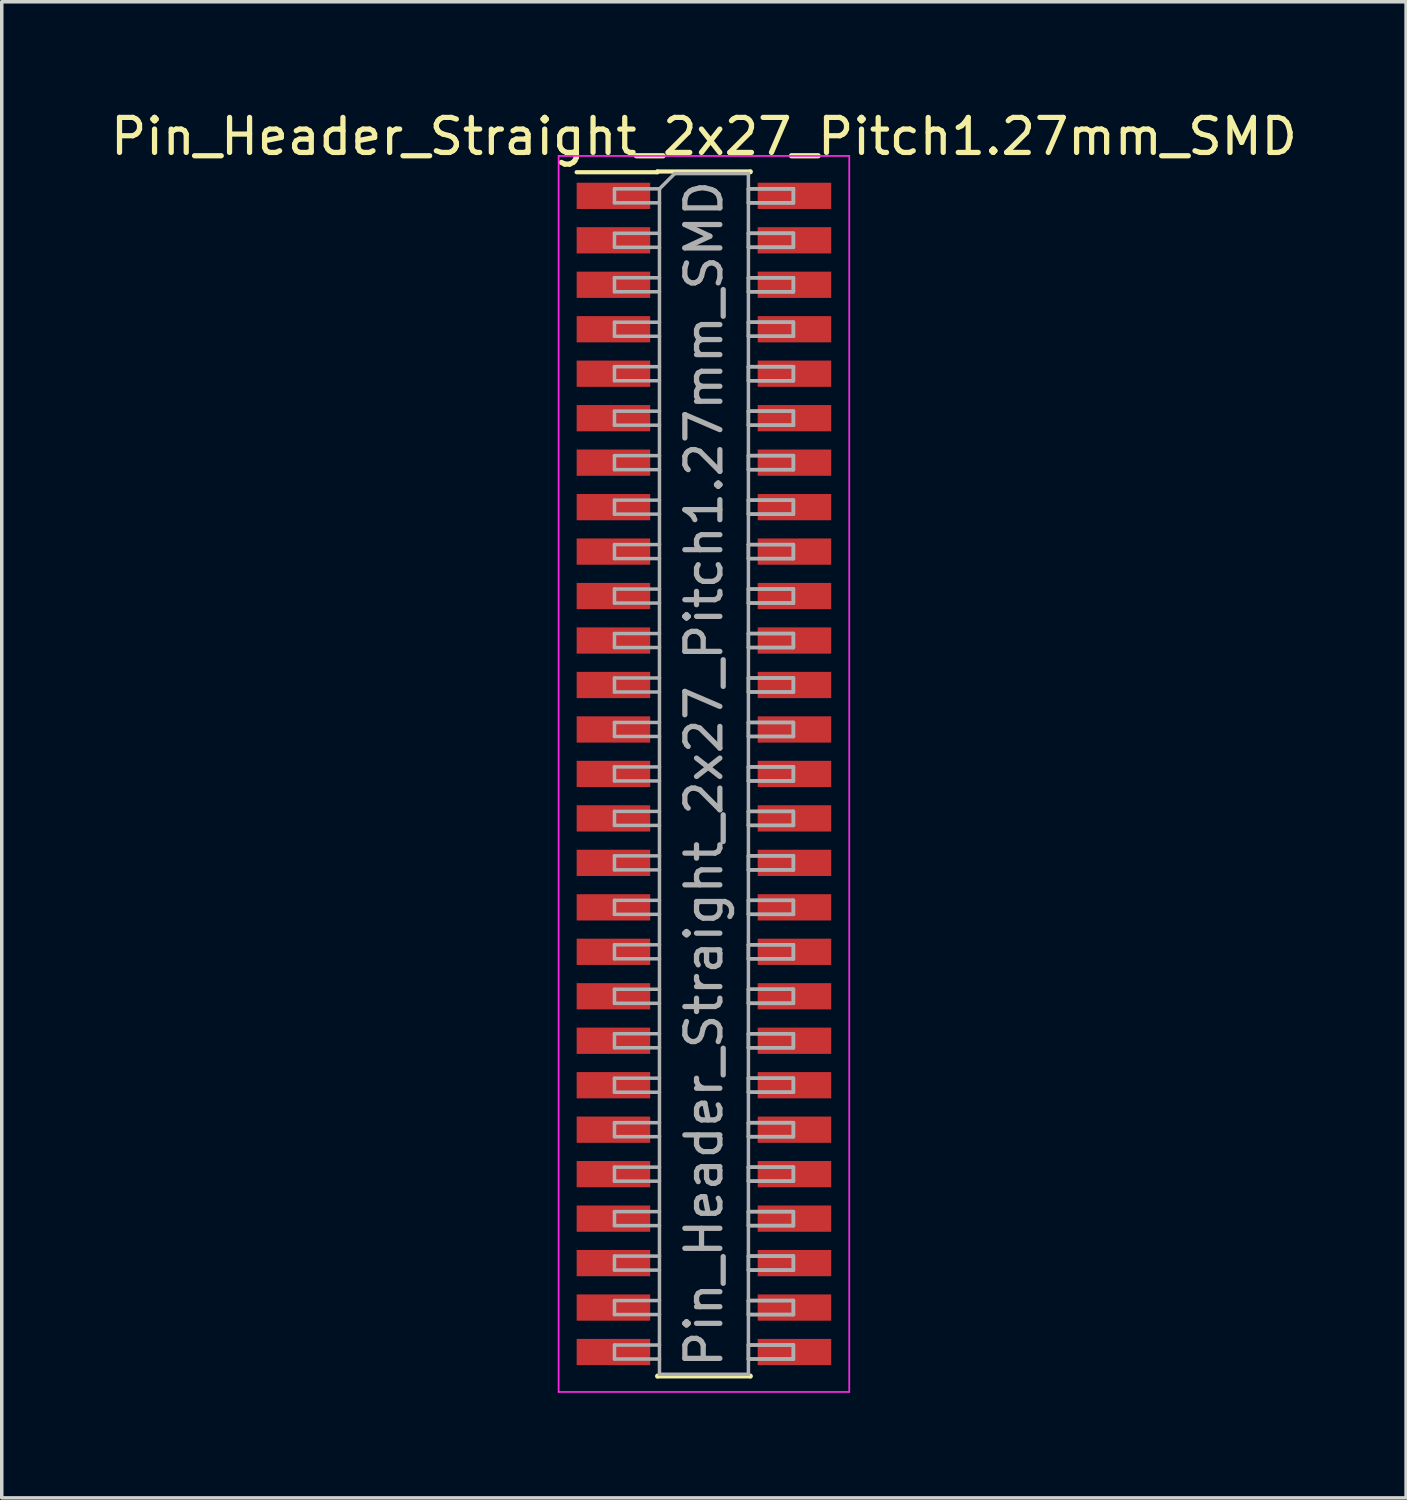
<source format=kicad_pcb>
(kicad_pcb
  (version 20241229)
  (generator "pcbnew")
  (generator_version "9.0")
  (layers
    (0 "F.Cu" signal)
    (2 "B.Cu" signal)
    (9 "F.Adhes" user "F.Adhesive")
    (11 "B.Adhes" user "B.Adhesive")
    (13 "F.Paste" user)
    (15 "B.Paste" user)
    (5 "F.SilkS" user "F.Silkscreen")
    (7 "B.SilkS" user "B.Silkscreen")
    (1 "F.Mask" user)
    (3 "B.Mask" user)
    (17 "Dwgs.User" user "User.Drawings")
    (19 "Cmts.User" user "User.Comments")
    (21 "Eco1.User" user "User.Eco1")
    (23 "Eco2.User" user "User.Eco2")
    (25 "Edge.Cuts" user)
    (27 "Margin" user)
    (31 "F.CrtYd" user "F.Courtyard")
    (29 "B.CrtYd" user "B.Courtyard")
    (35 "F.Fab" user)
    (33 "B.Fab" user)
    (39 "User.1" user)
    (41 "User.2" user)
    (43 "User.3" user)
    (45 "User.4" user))
  (footprint "Pin_Header_Straight_2x27_Pitch1.27mm_SMD"
    (layer "F.Cu")
    (at 17.054 19.053)
    (property "Reference" "Pin_Header_Straight_2x27_Pitch1.27mm_SMD" (at 0 -18.205 0) (layer "F.SilkS") (effects (font (size 1 1) (thickness 0.15))))
    (attr smd)
    (fp_line (start -3.635 -17.185) (end -1.33 -17.185) (stroke (width 0.12) (type solid)) (layer "F.SilkS"))
    (fp_line (start -1.33 -17.205) (end 1.33 -17.205) (stroke (width 0.12) (type solid)) (layer "F.SilkS"))
    (fp_line (start -1.33 -17.185) (end -1.33 -17.205) (stroke (width 0.12) (type solid)) (layer "F.SilkS"))
    (fp_line (start -1.33 17.185) (end -1.33 17.205) (stroke (width 0.12) (type solid)) (layer "F.SilkS"))
    (fp_line (start -1.33 17.205) (end 1.33 17.205) (stroke (width 0.12) (type solid)) (layer "F.SilkS"))
    (fp_line (start 1.33 -17.205) (end 1.33 -17.185) (stroke (width 0.12) (type solid)) (layer "F.SilkS"))
    (fp_line (start 1.33 17.205) (end 1.33 17.185) (stroke (width 0.12) (type solid)) (layer "F.SilkS"))
    (fp_line (start -4.15 -17.65) (end -4.15 17.65) (stroke (width 0.05) (type solid)) (layer "F.CrtYd"))
    (fp_line (start -4.15 17.65) (end 4.15 17.65) (stroke (width 0.05) (type solid)) (layer "F.CrtYd"))
    (fp_line (start 4.15 -17.65) (end -4.15 -17.65) (stroke (width 0.05) (type solid)) (layer "F.CrtYd"))
    (fp_line (start 4.15 17.65) (end 4.15 -17.65) (stroke (width 0.05) (type solid)) (layer "F.CrtYd"))
    (fp_line (start -2.555 -16.71) (end -2.555 -16.31) (stroke (width 0.1) (type solid)) (layer "F.Fab"))
    (fp_line (start -2.555 -16.31) (end -1.27 -16.31) (stroke (width 0.1) (type solid)) (layer "F.Fab"))
    (fp_line (start -2.555 -15.44) (end -2.555 -15.04) (stroke (width 0.1) (type solid)) (layer "F.Fab"))
    (fp_line (start -2.555 -15.04) (end -1.27 -15.04) (stroke (width 0.1) (type solid)) (layer "F.Fab"))
    (fp_line (start -2.555 -14.17) (end -2.555 -13.77) (stroke (width 0.1) (type solid)) (layer "F.Fab"))
    (fp_line (start -2.555 -13.77) (end -1.27 -13.77) (stroke (width 0.1) (type solid)) (layer "F.Fab"))
    (fp_line (start -2.555 -12.9) (end -2.555 -12.5) (stroke (width 0.1) (type solid)) (layer "F.Fab"))
    (fp_line (start -2.555 -12.5) (end -1.27 -12.5) (stroke (width 0.1) (type solid)) (layer "F.Fab"))
    (fp_line (start -2.555 -11.63) (end -2.555 -11.23) (stroke (width 0.1) (type solid)) (layer "F.Fab"))
    (fp_line (start -2.555 -11.23) (end -1.27 -11.23) (stroke (width 0.1) (type solid)) (layer "F.Fab"))
    (fp_line (start -2.555 -10.36) (end -2.555 -9.96) (stroke (width 0.1) (type solid)) (layer "F.Fab"))
    (fp_line (start -2.555 -9.96) (end -1.27 -9.96) (stroke (width 0.1) (type solid)) (layer "F.Fab"))
    (fp_line (start -2.555 -9.09) (end -2.555 -8.69) (stroke (width 0.1) (type solid)) (layer "F.Fab"))
    (fp_line (start -2.555 -8.69) (end -1.27 -8.69) (stroke (width 0.1) (type solid)) (layer "F.Fab"))
    (fp_line (start -2.555 -7.82) (end -2.555 -7.42) (stroke (width 0.1) (type solid)) (layer "F.Fab"))
    (fp_line (start -2.555 -7.42) (end -1.27 -7.42) (stroke (width 0.1) (type solid)) (layer "F.Fab"))
    (fp_line (start -2.555 -6.55) (end -2.555 -6.15) (stroke (width 0.1) (type solid)) (layer "F.Fab"))
    (fp_line (start -2.555 -6.15) (end -1.27 -6.15) (stroke (width 0.1) (type solid)) (layer "F.Fab"))
    (fp_line (start -2.555 -5.28) (end -2.555 -4.88) (stroke (width 0.1) (type solid)) (layer "F.Fab"))
    (fp_line (start -2.555 -4.88) (end -1.27 -4.88) (stroke (width 0.1) (type solid)) (layer "F.Fab"))
    (fp_line (start -2.555 -4.01) (end -2.555 -3.61) (stroke (width 0.1) (type solid)) (layer "F.Fab"))
    (fp_line (start -2.555 -3.61) (end -1.27 -3.61) (stroke (width 0.1) (type solid)) (layer "F.Fab"))
    (fp_line (start -2.555 -2.74) (end -2.555 -2.34) (stroke (width 0.1) (type solid)) (layer "F.Fab"))
    (fp_line (start -2.555 -2.34) (end -1.27 -2.34) (stroke (width 0.1) (type solid)) (layer "F.Fab"))
    (fp_line (start -2.555 -1.47) (end -2.555 -1.07) (stroke (width 0.1) (type solid)) (layer "F.Fab"))
    (fp_line (start -2.555 -1.07) (end -1.27 -1.07) (stroke (width 0.1) (type solid)) (layer "F.Fab"))
    (fp_line (start -2.555 -0.2) (end -2.555 0.2) (stroke (width 0.1) (type solid)) (layer "F.Fab"))
    (fp_line (start -2.555 0.2) (end -1.27 0.2) (stroke (width 0.1) (type solid)) (layer "F.Fab"))
    (fp_line (start -2.555 1.07) (end -2.555 1.47) (stroke (width 0.1) (type solid)) (layer "F.Fab"))
    (fp_line (start -2.555 1.47) (end -1.27 1.47) (stroke (width 0.1) (type solid)) (layer "F.Fab"))
    (fp_line (start -2.555 2.34) (end -2.555 2.74) (stroke (width 0.1) (type solid)) (layer "F.Fab"))
    (fp_line (start -2.555 2.74) (end -1.27 2.74) (stroke (width 0.1) (type solid)) (layer "F.Fab"))
    (fp_line (start -2.555 3.61) (end -2.555 4.01) (stroke (width 0.1) (type solid)) (layer "F.Fab"))
    (fp_line (start -2.555 4.01) (end -1.27 4.01) (stroke (width 0.1) (type solid)) (layer "F.Fab"))
    (fp_line (start -2.555 4.88) (end -2.555 5.28) (stroke (width 0.1) (type solid)) (layer "F.Fab"))
    (fp_line (start -2.555 5.28) (end -1.27 5.28) (stroke (width 0.1) (type solid)) (layer "F.Fab"))
    (fp_line (start -2.555 6.15) (end -2.555 6.55) (stroke (width 0.1) (type solid)) (layer "F.Fab"))
    (fp_line (start -2.555 6.55) (end -1.27 6.55) (stroke (width 0.1) (type solid)) (layer "F.Fab"))
    (fp_line (start -2.555 7.42) (end -2.555 7.82) (stroke (width 0.1) (type solid)) (layer "F.Fab"))
    (fp_line (start -2.555 7.82) (end -1.27 7.82) (stroke (width 0.1) (type solid)) (layer "F.Fab"))
    (fp_line (start -2.555 8.69) (end -2.555 9.09) (stroke (width 0.1) (type solid)) (layer "F.Fab"))
    (fp_line (start -2.555 9.09) (end -1.27 9.09) (stroke (width 0.1) (type solid)) (layer "F.Fab"))
    (fp_line (start -2.555 9.96) (end -2.555 10.36) (stroke (width 0.1) (type solid)) (layer "F.Fab"))
    (fp_line (start -2.555 10.36) (end -1.27 10.36) (stroke (width 0.1) (type solid)) (layer "F.Fab"))
    (fp_line (start -2.555 11.23) (end -2.555 11.63) (stroke (width 0.1) (type solid)) (layer "F.Fab"))
    (fp_line (start -2.555 11.63) (end -1.27 11.63) (stroke (width 0.1) (type solid)) (layer "F.Fab"))
    (fp_line (start -2.555 12.5) (end -2.555 12.9) (stroke (width 0.1) (type solid)) (layer "F.Fab"))
    (fp_line (start -2.555 12.9) (end -1.27 12.9) (stroke (width 0.1) (type solid)) (layer "F.Fab"))
    (fp_line (start -2.555 13.77) (end -2.555 14.17) (stroke (width 0.1) (type solid)) (layer "F.Fab"))
    (fp_line (start -2.555 14.17) (end -1.27 14.17) (stroke (width 0.1) (type solid)) (layer "F.Fab"))
    (fp_line (start -2.555 15.04) (end -2.555 15.44) (stroke (width 0.1) (type solid)) (layer "F.Fab"))
    (fp_line (start -2.555 15.44) (end -1.27 15.44) (stroke (width 0.1) (type solid)) (layer "F.Fab"))
    (fp_line (start -2.555 16.31) (end -2.555 16.71) (stroke (width 0.1) (type solid)) (layer "F.Fab"))
    (fp_line (start -2.555 16.71) (end -1.27 16.71) (stroke (width 0.1) (type solid)) (layer "F.Fab"))
    (fp_line (start -1.27 -16.71) (end -2.555 -16.71) (stroke (width 0.1) (type solid)) (layer "F.Fab"))
    (fp_line (start -1.27 -16.71) (end -0.835 -17.145) (stroke (width 0.1) (type solid)) (layer "F.Fab"))
    (fp_line (start -1.27 -15.44) (end -2.555 -15.44) (stroke (width 0.1) (type solid)) (layer "F.Fab"))
    (fp_line (start -1.27 -14.17) (end -2.555 -14.17) (stroke (width 0.1) (type solid)) (layer "F.Fab"))
    (fp_line (start -1.27 -12.9) (end -2.555 -12.9) (stroke (width 0.1) (type solid)) (layer "F.Fab"))
    (fp_line (start -1.27 -11.63) (end -2.555 -11.63) (stroke (width 0.1) (type solid)) (layer "F.Fab"))
    (fp_line (start -1.27 -10.36) (end -2.555 -10.36) (stroke (width 0.1) (type solid)) (layer "F.Fab"))
    (fp_line (start -1.27 -9.09) (end -2.555 -9.09) (stroke (width 0.1) (type solid)) (layer "F.Fab"))
    (fp_line (start -1.27 -7.82) (end -2.555 -7.82) (stroke (width 0.1) (type solid)) (layer "F.Fab"))
    (fp_line (start -1.27 -6.55) (end -2.555 -6.55) (stroke (width 0.1) (type solid)) (layer "F.Fab"))
    (fp_line (start -1.27 -5.28) (end -2.555 -5.28) (stroke (width 0.1) (type solid)) (layer "F.Fab"))
    (fp_line (start -1.27 -4.01) (end -2.555 -4.01) (stroke (width 0.1) (type solid)) (layer "F.Fab"))
    (fp_line (start -1.27 -2.74) (end -2.555 -2.74) (stroke (width 0.1) (type solid)) (layer "F.Fab"))
    (fp_line (start -1.27 -1.47) (end -2.555 -1.47) (stroke (width 0.1) (type solid)) (layer "F.Fab"))
    (fp_line (start -1.27 -0.2) (end -2.555 -0.2) (stroke (width 0.1) (type solid)) (layer "F.Fab"))
    (fp_line (start -1.27 1.07) (end -2.555 1.07) (stroke (width 0.1) (type solid)) (layer "F.Fab"))
    (fp_line (start -1.27 2.34) (end -2.555 2.34) (stroke (width 0.1) (type solid)) (layer "F.Fab"))
    (fp_line (start -1.27 3.61) (end -2.555 3.61) (stroke (width 0.1) (type solid)) (layer "F.Fab"))
    (fp_line (start -1.27 4.88) (end -2.555 4.88) (stroke (width 0.1) (type solid)) (layer "F.Fab"))
    (fp_line (start -1.27 6.15) (end -2.555 6.15) (stroke (width 0.1) (type solid)) (layer "F.Fab"))
    (fp_line (start -1.27 7.42) (end -2.555 7.42) (stroke (width 0.1) (type solid)) (layer "F.Fab"))
    (fp_line (start -1.27 8.69) (end -2.555 8.69) (stroke (width 0.1) (type solid)) (layer "F.Fab"))
    (fp_line (start -1.27 9.96) (end -2.555 9.96) (stroke (width 0.1) (type solid)) (layer "F.Fab"))
    (fp_line (start -1.27 11.23) (end -2.555 11.23) (stroke (width 0.1) (type solid)) (layer "F.Fab"))
    (fp_line (start -1.27 12.5) (end -2.555 12.5) (stroke (width 0.1) (type solid)) (layer "F.Fab"))
    (fp_line (start -1.27 13.77) (end -2.555 13.77) (stroke (width 0.1) (type solid)) (layer "F.Fab"))
    (fp_line (start -1.27 15.04) (end -2.555 15.04) (stroke (width 0.1) (type solid)) (layer "F.Fab"))
    (fp_line (start -1.27 16.31) (end -2.555 16.31) (stroke (width 0.1) (type solid)) (layer "F.Fab"))
    (fp_line (start -1.27 17.145) (end -1.27 -16.71) (stroke (width 0.1) (type solid)) (layer "F.Fab"))
    (fp_line (start -0.835 -17.145) (end 1.27 -17.145) (stroke (width 0.1) (type solid)) (layer "F.Fab"))
    (fp_line (start 1.27 -17.145) (end 1.27 17.145) (stroke (width 0.1) (type solid)) (layer "F.Fab"))
    (fp_line (start 1.27 -16.71) (end 1.27 -16.31) (stroke (width 0.1) (type solid)) (layer "F.Fab"))
    (fp_line (start 1.27 -16.71) (end 2.555 -16.71) (stroke (width 0.1) (type solid)) (layer "F.Fab"))
    (fp_line (start 1.27 -16.31) (end 2.555 -16.31) (stroke (width 0.1) (type solid)) (layer "F.Fab"))
    (fp_line (start 1.27 -15.44) (end 1.27 -15.04) (stroke (width 0.1) (type solid)) (layer "F.Fab"))
    (fp_line (start 1.27 -15.44) (end 2.555 -15.44) (stroke (width 0.1) (type solid)) (layer "F.Fab"))
    (fp_line (start 1.27 -15.04) (end 2.555 -15.04) (stroke (width 0.1) (type solid)) (layer "F.Fab"))
    (fp_line (start 1.27 -14.17) (end 1.27 -13.77) (stroke (width 0.1) (type solid)) (layer "F.Fab"))
    (fp_line (start 1.27 -14.17) (end 2.555 -14.17) (stroke (width 0.1) (type solid)) (layer "F.Fab"))
    (fp_line (start 1.27 -13.77) (end 2.555 -13.77) (stroke (width 0.1) (type solid)) (layer "F.Fab"))
    (fp_line (start 1.27 -12.9) (end 1.27 -12.5) (stroke (width 0.1) (type solid)) (layer "F.Fab"))
    (fp_line (start 1.27 -12.9) (end 2.555 -12.9) (stroke (width 0.1) (type solid)) (layer "F.Fab"))
    (fp_line (start 1.27 -12.5) (end 2.555 -12.5) (stroke (width 0.1) (type solid)) (layer "F.Fab"))
    (fp_line (start 1.27 -11.63) (end 1.27 -11.23) (stroke (width 0.1) (type solid)) (layer "F.Fab"))
    (fp_line (start 1.27 -11.63) (end 2.555 -11.63) (stroke (width 0.1) (type solid)) (layer "F.Fab"))
    (fp_line (start 1.27 -11.23) (end 2.555 -11.23) (stroke (width 0.1) (type solid)) (layer "F.Fab"))
    (fp_line (start 1.27 -10.36) (end 1.27 -9.96) (stroke (width 0.1) (type solid)) (layer "F.Fab"))
    (fp_line (start 1.27 -10.36) (end 2.555 -10.36) (stroke (width 0.1) (type solid)) (layer "F.Fab"))
    (fp_line (start 1.27 -9.96) (end 2.555 -9.96) (stroke (width 0.1) (type solid)) (layer "F.Fab"))
    (fp_line (start 1.27 -9.09) (end 1.27 -8.69) (stroke (width 0.1) (type solid)) (layer "F.Fab"))
    (fp_line (start 1.27 -9.09) (end 2.555 -9.09) (stroke (width 0.1) (type solid)) (layer "F.Fab"))
    (fp_line (start 1.27 -8.69) (end 2.555 -8.69) (stroke (width 0.1) (type solid)) (layer "F.Fab"))
    (fp_line (start 1.27 -7.82) (end 1.27 -7.42) (stroke (width 0.1) (type solid)) (layer "F.Fab"))
    (fp_line (start 1.27 -7.82) (end 2.555 -7.82) (stroke (width 0.1) (type solid)) (layer "F.Fab"))
    (fp_line (start 1.27 -7.42) (end 2.555 -7.42) (stroke (width 0.1) (type solid)) (layer "F.Fab"))
    (fp_line (start 1.27 -6.55) (end 1.27 -6.15) (stroke (width 0.1) (type solid)) (layer "F.Fab"))
    (fp_line (start 1.27 -6.55) (end 2.555 -6.55) (stroke (width 0.1) (type solid)) (layer "F.Fab"))
    (fp_line (start 1.27 -6.15) (end 2.555 -6.15) (stroke (width 0.1) (type solid)) (layer "F.Fab"))
    (fp_line (start 1.27 -5.28) (end 1.27 -4.88) (stroke (width 0.1) (type solid)) (layer "F.Fab"))
    (fp_line (start 1.27 -5.28) (end 2.555 -5.28) (stroke (width 0.1) (type solid)) (layer "F.Fab"))
    (fp_line (start 1.27 -4.88) (end 2.555 -4.88) (stroke (width 0.1) (type solid)) (layer "F.Fab"))
    (fp_line (start 1.27 -4.01) (end 1.27 -3.61) (stroke (width 0.1) (type solid)) (layer "F.Fab"))
    (fp_line (start 1.27 -4.01) (end 2.555 -4.01) (stroke (width 0.1) (type solid)) (layer "F.Fab"))
    (fp_line (start 1.27 -3.61) (end 2.555 -3.61) (stroke (width 0.1) (type solid)) (layer "F.Fab"))
    (fp_line (start 1.27 -2.74) (end 1.27 -2.34) (stroke (width 0.1) (type solid)) (layer "F.Fab"))
    (fp_line (start 1.27 -2.74) (end 2.555 -2.74) (stroke (width 0.1) (type solid)) (layer "F.Fab"))
    (fp_line (start 1.27 -2.34) (end 2.555 -2.34) (stroke (width 0.1) (type solid)) (layer "F.Fab"))
    (fp_line (start 1.27 -1.47) (end 1.27 -1.07) (stroke (width 0.1) (type solid)) (layer "F.Fab"))
    (fp_line (start 1.27 -1.47) (end 2.555 -1.47) (stroke (width 0.1) (type solid)) (layer "F.Fab"))
    (fp_line (start 1.27 -1.07) (end 2.555 -1.07) (stroke (width 0.1) (type solid)) (layer "F.Fab"))
    (fp_line (start 1.27 -0.2) (end 1.27 0.2) (stroke (width 0.1) (type solid)) (layer "F.Fab"))
    (fp_line (start 1.27 -0.2) (end 2.555 -0.2) (stroke (width 0.1) (type solid)) (layer "F.Fab"))
    (fp_line (start 1.27 0.2) (end 2.555 0.2) (stroke (width 0.1) (type solid)) (layer "F.Fab"))
    (fp_line (start 1.27 1.07) (end 1.27 1.47) (stroke (width 0.1) (type solid)) (layer "F.Fab"))
    (fp_line (start 1.27 1.07) (end 2.555 1.07) (stroke (width 0.1) (type solid)) (layer "F.Fab"))
    (fp_line (start 1.27 1.47) (end 2.555 1.47) (stroke (width 0.1) (type solid)) (layer "F.Fab"))
    (fp_line (start 1.27 2.34) (end 1.27 2.74) (stroke (width 0.1) (type solid)) (layer "F.Fab"))
    (fp_line (start 1.27 2.34) (end 2.555 2.34) (stroke (width 0.1) (type solid)) (layer "F.Fab"))
    (fp_line (start 1.27 2.74) (end 2.555 2.74) (stroke (width 0.1) (type solid)) (layer "F.Fab"))
    (fp_line (start 1.27 3.61) (end 1.27 4.01) (stroke (width 0.1) (type solid)) (layer "F.Fab"))
    (fp_line (start 1.27 3.61) (end 2.555 3.61) (stroke (width 0.1) (type solid)) (layer "F.Fab"))
    (fp_line (start 1.27 4.01) (end 2.555 4.01) (stroke (width 0.1) (type solid)) (layer "F.Fab"))
    (fp_line (start 1.27 4.88) (end 1.27 5.28) (stroke (width 0.1) (type solid)) (layer "F.Fab"))
    (fp_line (start 1.27 4.88) (end 2.555 4.88) (stroke (width 0.1) (type solid)) (layer "F.Fab"))
    (fp_line (start 1.27 5.28) (end 2.555 5.28) (stroke (width 0.1) (type solid)) (layer "F.Fab"))
    (fp_line (start 1.27 6.15) (end 1.27 6.55) (stroke (width 0.1) (type solid)) (layer "F.Fab"))
    (fp_line (start 1.27 6.15) (end 2.555 6.15) (stroke (width 0.1) (type solid)) (layer "F.Fab"))
    (fp_line (start 1.27 6.55) (end 2.555 6.55) (stroke (width 0.1) (type solid)) (layer "F.Fab"))
    (fp_line (start 1.27 7.42) (end 1.27 7.82) (stroke (width 0.1) (type solid)) (layer "F.Fab"))
    (fp_line (start 1.27 7.42) (end 2.555 7.42) (stroke (width 0.1) (type solid)) (layer "F.Fab"))
    (fp_line (start 1.27 7.82) (end 2.555 7.82) (stroke (width 0.1) (type solid)) (layer "F.Fab"))
    (fp_line (start 1.27 8.69) (end 1.27 9.09) (stroke (width 0.1) (type solid)) (layer "F.Fab"))
    (fp_line (start 1.27 8.69) (end 2.555 8.69) (stroke (width 0.1) (type solid)) (layer "F.Fab"))
    (fp_line (start 1.27 9.09) (end 2.555 9.09) (stroke (width 0.1) (type solid)) (layer "F.Fab"))
    (fp_line (start 1.27 9.96) (end 1.27 10.36) (stroke (width 0.1) (type solid)) (layer "F.Fab"))
    (fp_line (start 1.27 9.96) (end 2.555 9.96) (stroke (width 0.1) (type solid)) (layer "F.Fab"))
    (fp_line (start 1.27 10.36) (end 2.555 10.36) (stroke (width 0.1) (type solid)) (layer "F.Fab"))
    (fp_line (start 1.27 11.23) (end 1.27 11.63) (stroke (width 0.1) (type solid)) (layer "F.Fab"))
    (fp_line (start 1.27 11.23) (end 2.555 11.23) (stroke (width 0.1) (type solid)) (layer "F.Fab"))
    (fp_line (start 1.27 11.63) (end 2.555 11.63) (stroke (width 0.1) (type solid)) (layer "F.Fab"))
    (fp_line (start 1.27 12.5) (end 1.27 12.9) (stroke (width 0.1) (type solid)) (layer "F.Fab"))
    (fp_line (start 1.27 12.5) (end 2.555 12.5) (stroke (width 0.1) (type solid)) (layer "F.Fab"))
    (fp_line (start 1.27 12.9) (end 2.555 12.9) (stroke (width 0.1) (type solid)) (layer "F.Fab"))
    (fp_line (start 1.27 13.77) (end 1.27 14.17) (stroke (width 0.1) (type solid)) (layer "F.Fab"))
    (fp_line (start 1.27 13.77) (end 2.555 13.77) (stroke (width 0.1) (type solid)) (layer "F.Fab"))
    (fp_line (start 1.27 14.17) (end 2.555 14.17) (stroke (width 0.1) (type solid)) (layer "F.Fab"))
    (fp_line (start 1.27 15.04) (end 1.27 15.44) (stroke (width 0.1) (type solid)) (layer "F.Fab"))
    (fp_line (start 1.27 15.04) (end 2.555 15.04) (stroke (width 0.1) (type solid)) (layer "F.Fab"))
    (fp_line (start 1.27 15.44) (end 2.555 15.44) (stroke (width 0.1) (type solid)) (layer "F.Fab"))
    (fp_line (start 1.27 16.31) (end 1.27 16.71) (stroke (width 0.1) (type solid)) (layer "F.Fab"))
    (fp_line (start 1.27 16.31) (end 2.555 16.31) (stroke (width 0.1) (type solid)) (layer "F.Fab"))
    (fp_line (start 1.27 16.71) (end 2.555 16.71) (stroke (width 0.1) (type solid)) (layer "F.Fab"))
    (fp_line (start 1.27 17.145) (end -1.27 17.145) (stroke (width 0.1) (type solid)) (layer "F.Fab"))
    (fp_line (start 2.555 -16.71) (end 1.27 -16.71) (stroke (width 0.1) (type solid)) (layer "F.Fab"))
    (fp_line (start 2.555 -16.71) (end 2.555 -16.31) (stroke (width 0.1) (type solid)) (layer "F.Fab"))
    (fp_line (start 2.555 -16.31) (end 1.27 -16.31) (stroke (width 0.1) (type solid)) (layer "F.Fab"))
    (fp_line (start 2.555 -16.31) (end 2.555 -16.71) (stroke (width 0.1) (type solid)) (layer "F.Fab"))
    (fp_line (start 2.555 -15.44) (end 1.27 -15.44) (stroke (width 0.1) (type solid)) (layer "F.Fab"))
    (fp_line (start 2.555 -15.44) (end 2.555 -15.04) (stroke (width 0.1) (type solid)) (layer "F.Fab"))
    (fp_line (start 2.555 -15.04) (end 1.27 -15.04) (stroke (width 0.1) (type solid)) (layer "F.Fab"))
    (fp_line (start 2.555 -15.04) (end 2.555 -15.44) (stroke (width 0.1) (type solid)) (layer "F.Fab"))
    (fp_line (start 2.555 -14.17) (end 1.27 -14.17) (stroke (width 0.1) (type solid)) (layer "F.Fab"))
    (fp_line (start 2.555 -14.17) (end 2.555 -13.77) (stroke (width 0.1) (type solid)) (layer "F.Fab"))
    (fp_line (start 2.555 -13.77) (end 1.27 -13.77) (stroke (width 0.1) (type solid)) (layer "F.Fab"))
    (fp_line (start 2.555 -13.77) (end 2.555 -14.17) (stroke (width 0.1) (type solid)) (layer "F.Fab"))
    (fp_line (start 2.555 -12.9) (end 1.27 -12.9) (stroke (width 0.1) (type solid)) (layer "F.Fab"))
    (fp_line (start 2.555 -12.9) (end 2.555 -12.5) (stroke (width 0.1) (type solid)) (layer "F.Fab"))
    (fp_line (start 2.555 -12.5) (end 1.27 -12.5) (stroke (width 0.1) (type solid)) (layer "F.Fab"))
    (fp_line (start 2.555 -12.5) (end 2.555 -12.9) (stroke (width 0.1) (type solid)) (layer "F.Fab"))
    (fp_line (start 2.555 -11.63) (end 1.27 -11.63) (stroke (width 0.1) (type solid)) (layer "F.Fab"))
    (fp_line (start 2.555 -11.63) (end 2.555 -11.23) (stroke (width 0.1) (type solid)) (layer "F.Fab"))
    (fp_line (start 2.555 -11.23) (end 1.27 -11.23) (stroke (width 0.1) (type solid)) (layer "F.Fab"))
    (fp_line (start 2.555 -11.23) (end 2.555 -11.63) (stroke (width 0.1) (type solid)) (layer "F.Fab"))
    (fp_line (start 2.555 -10.36) (end 1.27 -10.36) (stroke (width 0.1) (type solid)) (layer "F.Fab"))
    (fp_line (start 2.555 -10.36) (end 2.555 -9.96) (stroke (width 0.1) (type solid)) (layer "F.Fab"))
    (fp_line (start 2.555 -9.96) (end 1.27 -9.96) (stroke (width 0.1) (type solid)) (layer "F.Fab"))
    (fp_line (start 2.555 -9.96) (end 2.555 -10.36) (stroke (width 0.1) (type solid)) (layer "F.Fab"))
    (fp_line (start 2.555 -9.09) (end 1.27 -9.09) (stroke (width 0.1) (type solid)) (layer "F.Fab"))
    (fp_line (start 2.555 -9.09) (end 2.555 -8.69) (stroke (width 0.1) (type solid)) (layer "F.Fab"))
    (fp_line (start 2.555 -8.69) (end 1.27 -8.69) (stroke (width 0.1) (type solid)) (layer "F.Fab"))
    (fp_line (start 2.555 -8.69) (end 2.555 -9.09) (stroke (width 0.1) (type solid)) (layer "F.Fab"))
    (fp_line (start 2.555 -7.82) (end 1.27 -7.82) (stroke (width 0.1) (type solid)) (layer "F.Fab"))
    (fp_line (start 2.555 -7.82) (end 2.555 -7.42) (stroke (width 0.1) (type solid)) (layer "F.Fab"))
    (fp_line (start 2.555 -7.42) (end 1.27 -7.42) (stroke (width 0.1) (type solid)) (layer "F.Fab"))
    (fp_line (start 2.555 -7.42) (end 2.555 -7.82) (stroke (width 0.1) (type solid)) (layer "F.Fab"))
    (fp_line (start 2.555 -6.55) (end 1.27 -6.55) (stroke (width 0.1) (type solid)) (layer "F.Fab"))
    (fp_line (start 2.555 -6.55) (end 2.555 -6.15) (stroke (width 0.1) (type solid)) (layer "F.Fab"))
    (fp_line (start 2.555 -6.15) (end 1.27 -6.15) (stroke (width 0.1) (type solid)) (layer "F.Fab"))
    (fp_line (start 2.555 -6.15) (end 2.555 -6.55) (stroke (width 0.1) (type solid)) (layer "F.Fab"))
    (fp_line (start 2.555 -5.28) (end 1.27 -5.28) (stroke (width 0.1) (type solid)) (layer "F.Fab"))
    (fp_line (start 2.555 -5.28) (end 2.555 -4.88) (stroke (width 0.1) (type solid)) (layer "F.Fab"))
    (fp_line (start 2.555 -4.88) (end 1.27 -4.88) (stroke (width 0.1) (type solid)) (layer "F.Fab"))
    (fp_line (start 2.555 -4.88) (end 2.555 -5.28) (stroke (width 0.1) (type solid)) (layer "F.Fab"))
    (fp_line (start 2.555 -4.01) (end 1.27 -4.01) (stroke (width 0.1) (type solid)) (layer "F.Fab"))
    (fp_line (start 2.555 -4.01) (end 2.555 -3.61) (stroke (width 0.1) (type solid)) (layer "F.Fab"))
    (fp_line (start 2.555 -3.61) (end 1.27 -3.61) (stroke (width 0.1) (type solid)) (layer "F.Fab"))
    (fp_line (start 2.555 -3.61) (end 2.555 -4.01) (stroke (width 0.1) (type solid)) (layer "F.Fab"))
    (fp_line (start 2.555 -2.74) (end 1.27 -2.74) (stroke (width 0.1) (type solid)) (layer "F.Fab"))
    (fp_line (start 2.555 -2.74) (end 2.555 -2.34) (stroke (width 0.1) (type solid)) (layer "F.Fab"))
    (fp_line (start 2.555 -2.34) (end 1.27 -2.34) (stroke (width 0.1) (type solid)) (layer "F.Fab"))
    (fp_line (start 2.555 -2.34) (end 2.555 -2.74) (stroke (width 0.1) (type solid)) (layer "F.Fab"))
    (fp_line (start 2.555 -1.47) (end 1.27 -1.47) (stroke (width 0.1) (type solid)) (layer "F.Fab"))
    (fp_line (start 2.555 -1.47) (end 2.555 -1.07) (stroke (width 0.1) (type solid)) (layer "F.Fab"))
    (fp_line (start 2.555 -1.07) (end 1.27 -1.07) (stroke (width 0.1) (type solid)) (layer "F.Fab"))
    (fp_line (start 2.555 -1.07) (end 2.555 -1.47) (stroke (width 0.1) (type solid)) (layer "F.Fab"))
    (fp_line (start 2.555 -0.2) (end 1.27 -0.2) (stroke (width 0.1) (type solid)) (layer "F.Fab"))
    (fp_line (start 2.555 -0.2) (end 2.555 0.2) (stroke (width 0.1) (type solid)) (layer "F.Fab"))
    (fp_line (start 2.555 0.2) (end 1.27 0.2) (stroke (width 0.1) (type solid)) (layer "F.Fab"))
    (fp_line (start 2.555 0.2) (end 2.555 -0.2) (stroke (width 0.1) (type solid)) (layer "F.Fab"))
    (fp_line (start 2.555 1.07) (end 1.27 1.07) (stroke (width 0.1) (type solid)) (layer "F.Fab"))
    (fp_line (start 2.555 1.07) (end 2.555 1.47) (stroke (width 0.1) (type solid)) (layer "F.Fab"))
    (fp_line (start 2.555 1.47) (end 1.27 1.47) (stroke (width 0.1) (type solid)) (layer "F.Fab"))
    (fp_line (start 2.555 1.47) (end 2.555 1.07) (stroke (width 0.1) (type solid)) (layer "F.Fab"))
    (fp_line (start 2.555 2.34) (end 1.27 2.34) (stroke (width 0.1) (type solid)) (layer "F.Fab"))
    (fp_line (start 2.555 2.34) (end 2.555 2.74) (stroke (width 0.1) (type solid)) (layer "F.Fab"))
    (fp_line (start 2.555 2.74) (end 1.27 2.74) (stroke (width 0.1) (type solid)) (layer "F.Fab"))
    (fp_line (start 2.555 2.74) (end 2.555 2.34) (stroke (width 0.1) (type solid)) (layer "F.Fab"))
    (fp_line (start 2.555 3.61) (end 1.27 3.61) (stroke (width 0.1) (type solid)) (layer "F.Fab"))
    (fp_line (start 2.555 3.61) (end 2.555 4.01) (stroke (width 0.1) (type solid)) (layer "F.Fab"))
    (fp_line (start 2.555 4.01) (end 1.27 4.01) (stroke (width 0.1) (type solid)) (layer "F.Fab"))
    (fp_line (start 2.555 4.01) (end 2.555 3.61) (stroke (width 0.1) (type solid)) (layer "F.Fab"))
    (fp_line (start 2.555 4.88) (end 1.27 4.88) (stroke (width 0.1) (type solid)) (layer "F.Fab"))
    (fp_line (start 2.555 4.88) (end 2.555 5.28) (stroke (width 0.1) (type solid)) (layer "F.Fab"))
    (fp_line (start 2.555 5.28) (end 1.27 5.28) (stroke (width 0.1) (type solid)) (layer "F.Fab"))
    (fp_line (start 2.555 5.28) (end 2.555 4.88) (stroke (width 0.1) (type solid)) (layer "F.Fab"))
    (fp_line (start 2.555 6.15) (end 1.27 6.15) (stroke (width 0.1) (type solid)) (layer "F.Fab"))
    (fp_line (start 2.555 6.15) (end 2.555 6.55) (stroke (width 0.1) (type solid)) (layer "F.Fab"))
    (fp_line (start 2.555 6.55) (end 1.27 6.55) (stroke (width 0.1) (type solid)) (layer "F.Fab"))
    (fp_line (start 2.555 6.55) (end 2.555 6.15) (stroke (width 0.1) (type solid)) (layer "F.Fab"))
    (fp_line (start 2.555 7.42) (end 1.27 7.42) (stroke (width 0.1) (type solid)) (layer "F.Fab"))
    (fp_line (start 2.555 7.42) (end 2.555 7.82) (stroke (width 0.1) (type solid)) (layer "F.Fab"))
    (fp_line (start 2.555 7.82) (end 1.27 7.82) (stroke (width 0.1) (type solid)) (layer "F.Fab"))
    (fp_line (start 2.555 7.82) (end 2.555 7.42) (stroke (width 0.1) (type solid)) (layer "F.Fab"))
    (fp_line (start 2.555 8.69) (end 1.27 8.69) (stroke (width 0.1) (type solid)) (layer "F.Fab"))
    (fp_line (start 2.555 8.69) (end 2.555 9.09) (stroke (width 0.1) (type solid)) (layer "F.Fab"))
    (fp_line (start 2.555 9.09) (end 1.27 9.09) (stroke (width 0.1) (type solid)) (layer "F.Fab"))
    (fp_line (start 2.555 9.09) (end 2.555 8.69) (stroke (width 0.1) (type solid)) (layer "F.Fab"))
    (fp_line (start 2.555 9.96) (end 1.27 9.96) (stroke (width 0.1) (type solid)) (layer "F.Fab"))
    (fp_line (start 2.555 9.96) (end 2.555 10.36) (stroke (width 0.1) (type solid)) (layer "F.Fab"))
    (fp_line (start 2.555 10.36) (end 1.27 10.36) (stroke (width 0.1) (type solid)) (layer "F.Fab"))
    (fp_line (start 2.555 10.36) (end 2.555 9.96) (stroke (width 0.1) (type solid)) (layer "F.Fab"))
    (fp_line (start 2.555 11.23) (end 1.27 11.23) (stroke (width 0.1) (type solid)) (layer "F.Fab"))
    (fp_line (start 2.555 11.23) (end 2.555 11.63) (stroke (width 0.1) (type solid)) (layer "F.Fab"))
    (fp_line (start 2.555 11.63) (end 1.27 11.63) (stroke (width 0.1) (type solid)) (layer "F.Fab"))
    (fp_line (start 2.555 11.63) (end 2.555 11.23) (stroke (width 0.1) (type solid)) (layer "F.Fab"))
    (fp_line (start 2.555 12.5) (end 1.27 12.5) (stroke (width 0.1) (type solid)) (layer "F.Fab"))
    (fp_line (start 2.555 12.5) (end 2.555 12.9) (stroke (width 0.1) (type solid)) (layer "F.Fab"))
    (fp_line (start 2.555 12.9) (end 1.27 12.9) (stroke (width 0.1) (type solid)) (layer "F.Fab"))
    (fp_line (start 2.555 12.9) (end 2.555 12.5) (stroke (width 0.1) (type solid)) (layer "F.Fab"))
    (fp_line (start 2.555 13.77) (end 1.27 13.77) (stroke (width 0.1) (type solid)) (layer "F.Fab"))
    (fp_line (start 2.555 13.77) (end 2.555 14.17) (stroke (width 0.1) (type solid)) (layer "F.Fab"))
    (fp_line (start 2.555 14.17) (end 1.27 14.17) (stroke (width 0.1) (type solid)) (layer "F.Fab"))
    (fp_line (start 2.555 14.17) (end 2.555 13.77) (stroke (width 0.1) (type solid)) (layer "F.Fab"))
    (fp_line (start 2.555 15.04) (end 1.27 15.04) (stroke (width 0.1) (type solid)) (layer "F.Fab"))
    (fp_line (start 2.555 15.04) (end 2.555 15.44) (stroke (width 0.1) (type solid)) (layer "F.Fab"))
    (fp_line (start 2.555 15.44) (end 1.27 15.44) (stroke (width 0.1) (type solid)) (layer "F.Fab"))
    (fp_line (start 2.555 15.44) (end 2.555 15.04) (stroke (width 0.1) (type solid)) (layer "F.Fab"))
    (fp_line (start 2.555 16.31) (end 1.27 16.31) (stroke (width 0.1) (type solid)) (layer "F.Fab"))
    (fp_line (start 2.555 16.31) (end 2.555 16.71) (stroke (width 0.1) (type solid)) (layer "F.Fab"))
    (fp_line (start 2.555 16.71) (end 1.27 16.71) (stroke (width 0.1) (type solid)) (layer "F.Fab"))
    (fp_line (start 2.555 16.71) (end 2.555 16.31) (stroke (width 0.1) (type solid)) (layer "F.Fab"))
    (fp_text user "${REFERENCE}" (at 0 0 90) (layer "F.Fab") (effects (font (size 1 1) (thickness 0.15))))
    (pad "1" smd rect (at -2.585 -16.51) (size 2.1 0.75) (layers "F.Cu" "F.Mask"))
    (pad "2" smd rect (at 2.585 -16.51) (size 2.1 0.75) (layers "F.Cu" "F.Mask"))
    (pad "3" smd rect (at -2.585 -15.24) (size 2.1 0.75) (layers "F.Cu" "F.Mask"))
    (pad "4" smd rect (at 2.585 -15.24) (size 2.1 0.75) (layers "F.Cu" "F.Mask"))
    (pad "5" smd rect (at -2.585 -13.97) (size 2.1 0.75) (layers "F.Cu" "F.Mask"))
    (pad "6" smd rect (at 2.585 -13.97) (size 2.1 0.75) (layers "F.Cu" "F.Mask"))
    (pad "7" smd rect (at -2.585 -12.7) (size 2.1 0.75) (layers "F.Cu" "F.Mask"))
    (pad "8" smd rect (at 2.585 -12.7) (size 2.1 0.75) (layers "F.Cu" "F.Mask"))
    (pad "9" smd rect (at -2.585 -11.43) (size 2.1 0.75) (layers "F.Cu" "F.Mask"))
    (pad "10" smd rect (at 2.585 -11.43) (size 2.1 0.75) (layers "F.Cu" "F.Mask"))
    (pad "11" smd rect (at -2.585 -10.16) (size 2.1 0.75) (layers "F.Cu" "F.Mask"))
    (pad "12" smd rect (at 2.585 -10.16) (size 2.1 0.75) (layers "F.Cu" "F.Mask"))
    (pad "13" smd rect (at -2.585 -8.89) (size 2.1 0.75) (layers "F.Cu" "F.Mask"))
    (pad "14" smd rect (at 2.585 -8.89) (size 2.1 0.75) (layers "F.Cu" "F.Mask"))
    (pad "15" smd rect (at -2.585 -7.62) (size 2.1 0.75) (layers "F.Cu" "F.Mask"))
    (pad "16" smd rect (at 2.585 -7.62) (size 2.1 0.75) (layers "F.Cu" "F.Mask"))
    (pad "17" smd rect (at -2.585 -6.35) (size 2.1 0.75) (layers "F.Cu" "F.Mask"))
    (pad "18" smd rect (at 2.585 -6.35) (size 2.1 0.75) (layers "F.Cu" "F.Mask"))
    (pad "19" smd rect (at -2.585 -5.08) (size 2.1 0.75) (layers "F.Cu" "F.Mask"))
    (pad "20" smd rect (at 2.585 -5.08) (size 2.1 0.75) (layers "F.Cu" "F.Mask"))
    (pad "21" smd rect (at -2.585 -3.81) (size 2.1 0.75) (layers "F.Cu" "F.Mask"))
    (pad "22" smd rect (at 2.585 -3.81) (size 2.1 0.75) (layers "F.Cu" "F.Mask"))
    (pad "23" smd rect (at -2.585 -2.54) (size 2.1 0.75) (layers "F.Cu" "F.Mask"))
    (pad "24" smd rect (at 2.585 -2.54) (size 2.1 0.75) (layers "F.Cu" "F.Mask"))
    (pad "25" smd rect (at -2.585 -1.27) (size 2.1 0.75) (layers "F.Cu" "F.Mask"))
    (pad "26" smd rect (at 2.585 -1.27) (size 2.1 0.75) (layers "F.Cu" "F.Mask"))
    (pad "27" smd rect (at -2.585 0) (size 2.1 0.75) (layers "F.Cu" "F.Mask"))
    (pad "28" smd rect (at 2.585 0) (size 2.1 0.75) (layers "F.Cu" "F.Mask"))
    (pad "29" smd rect (at -2.585 1.27) (size 2.1 0.75) (layers "F.Cu" "F.Mask"))
    (pad "30" smd rect (at 2.585 1.27) (size 2.1 0.75) (layers "F.Cu" "F.Mask"))
    (pad "31" smd rect (at -2.585 2.54) (size 2.1 0.75) (layers "F.Cu" "F.Mask"))
    (pad "32" smd rect (at 2.585 2.54) (size 2.1 0.75) (layers "F.Cu" "F.Mask"))
    (pad "33" smd rect (at -2.585 3.81) (size 2.1 0.75) (layers "F.Cu" "F.Mask"))
    (pad "34" smd rect (at 2.585 3.81) (size 2.1 0.75) (layers "F.Cu" "F.Mask"))
    (pad "35" smd rect (at -2.585 5.08) (size 2.1 0.75) (layers "F.Cu" "F.Mask"))
    (pad "36" smd rect (at 2.585 5.08) (size 2.1 0.75) (layers "F.Cu" "F.Mask"))
    (pad "37" smd rect (at -2.585 6.35) (size 2.1 0.75) (layers "F.Cu" "F.Mask"))
    (pad "38" smd rect (at 2.585 6.35) (size 2.1 0.75) (layers "F.Cu" "F.Mask"))
    (pad "39" smd rect (at -2.585 7.62) (size 2.1 0.75) (layers "F.Cu" "F.Mask"))
    (pad "40" smd rect (at 2.585 7.62) (size 2.1 0.75) (layers "F.Cu" "F.Mask"))
    (pad "41" smd rect (at -2.585 8.89) (size 2.1 0.75) (layers "F.Cu" "F.Mask"))
    (pad "42" smd rect (at 2.585 8.89) (size 2.1 0.75) (layers "F.Cu" "F.Mask"))
    (pad "43" smd rect (at -2.585 10.16) (size 2.1 0.75) (layers "F.Cu" "F.Mask"))
    (pad "44" smd rect (at 2.585 10.16) (size 2.1 0.75) (layers "F.Cu" "F.Mask"))
    (pad "45" smd rect (at -2.585 11.43) (size 2.1 0.75) (layers "F.Cu" "F.Mask"))
    (pad "46" smd rect (at 2.585 11.43) (size 2.1 0.75) (layers "F.Cu" "F.Mask"))
    (pad "47" smd rect (at -2.585 12.7) (size 2.1 0.75) (layers "F.Cu" "F.Mask"))
    (pad "48" smd rect (at 2.585 12.7) (size 2.1 0.75) (layers "F.Cu" "F.Mask"))
    (pad "49" smd rect (at -2.585 13.97) (size 2.1 0.75) (layers "F.Cu" "F.Mask"))
    (pad "50" smd rect (at 2.585 13.97) (size 2.1 0.75) (layers "F.Cu" "F.Mask"))
    (pad "51" smd rect (at -2.585 15.24) (size 2.1 0.75) (layers "F.Cu" "F.Mask"))
    (pad "52" smd rect (at 2.585 15.24) (size 2.1 0.75) (layers "F.Cu" "F.Mask"))
    (pad "53" smd rect (at -2.585 16.51) (size 2.1 0.75) (layers "F.Cu" "F.Mask"))
    (pad "54" smd rect (at 2.585 16.51) (size 2.1 0.75) (layers "F.Cu" "F.Mask")))
  (gr_rect
    (start -3 -3)
    (end 37.107 39.728)
    (stroke (width 0.1) (type default))
    (fill no)
    (layer "Edge.Cuts")))
</source>
